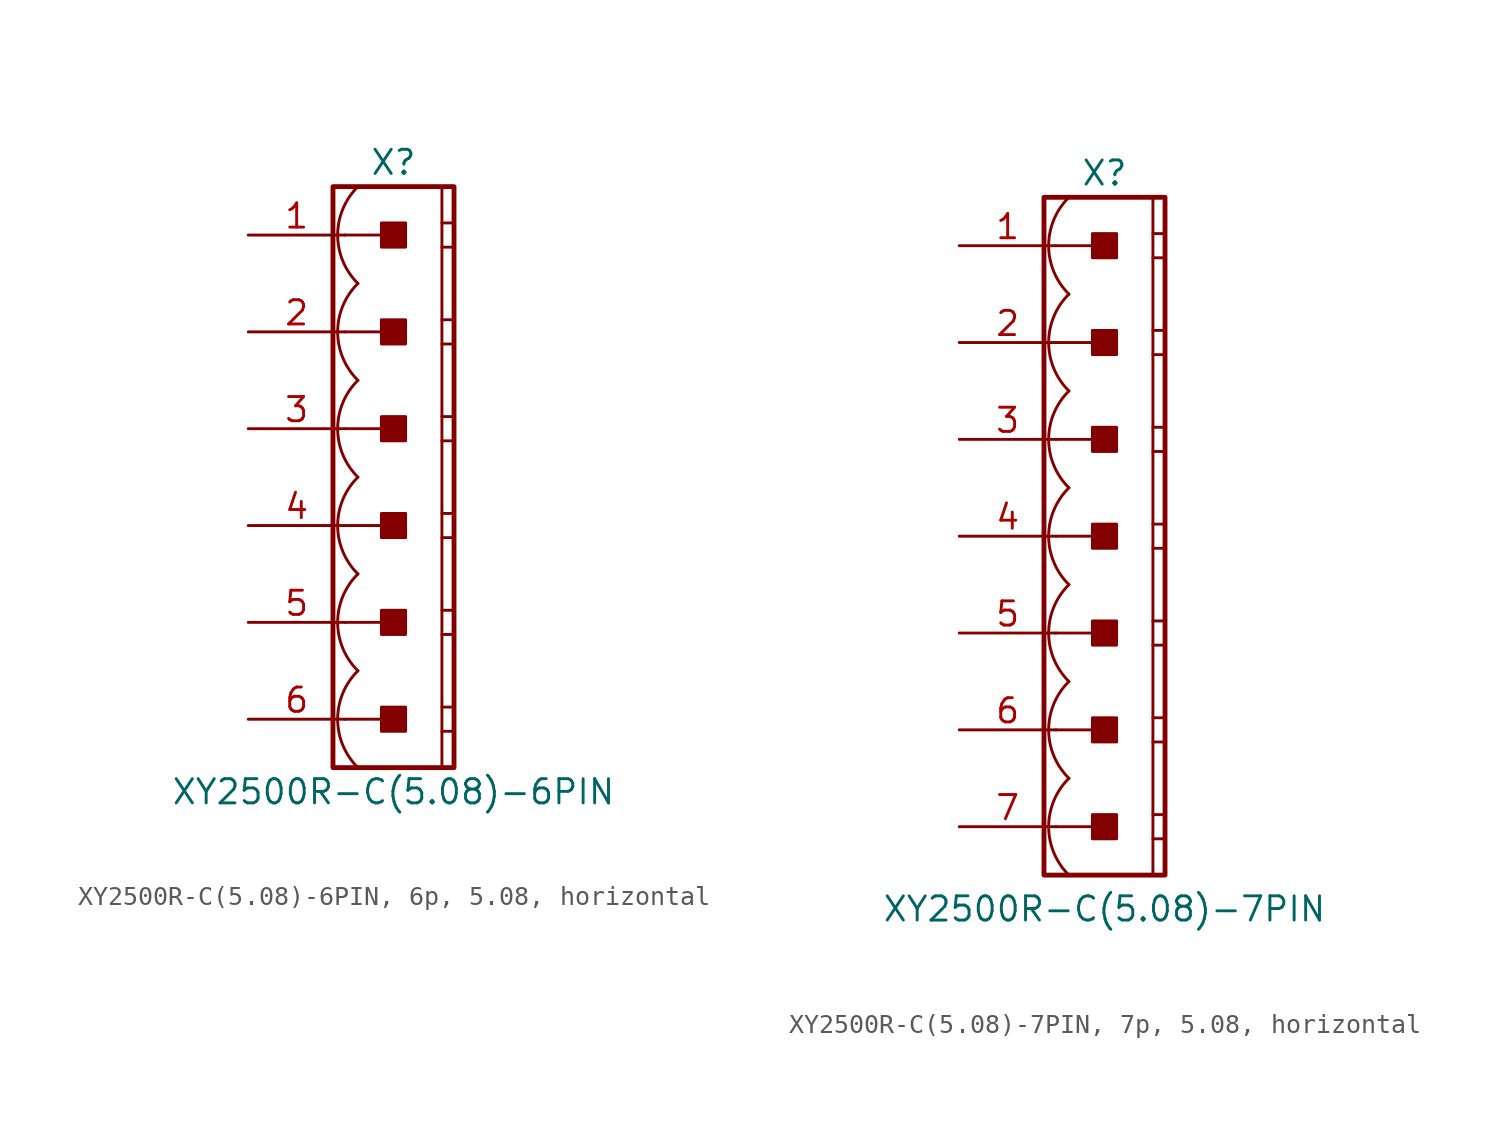
<source format=kicad_sym>
(kicad_symbol_lib
  (version 20241209)
  (generator "kicad_symbol_editor")
  (generator_version "9.0")
  (symbol "XY2500R-C(5.08)-6PIN, 6p, 5.08, horizontal"
    (pin_names
      (offset 1.016)
      (hide yes))
    (property "Reference" "X"
      (at 0 16.51 0)
      (effects (font (size 1.27 1.27))))
    (property "Value" "XY2500R-C(5.08)-6PIN"
      (at 0 -16.51 0)
      (effects (font (size 1.27 1.27))))
    (symbol "XY2500R-C(5.08)-6PIN, 6p, 5.08, horizontal_0_1"
      (polyline (pts (xy 2.54 15.24) (xy 2.54 -15.24)) (stroke (width 0.152) (type default)) (fill (type none)))
      (polyline (pts (xy 2.54 13.335) (xy 3.175 13.335)) (stroke (width 0.152) (type default)) (fill (type none)))
      (polyline (pts (xy 2.54 12.065) (xy 3.175 12.065)) (stroke (width 0.152) (type default)) (fill (type none)))
      (polyline (pts (xy 2.54 8.255) (xy 3.175 8.255)) (stroke (width 0.152) (type default)) (fill (type none)))
      (polyline (pts (xy 2.54 6.985) (xy 3.175 6.985)) (stroke (width 0.152) (type default)) (fill (type none)))
      (polyline (pts (xy 2.54 3.175) (xy 3.175 3.175)) (stroke (width 0.152) (type default)) (fill (type none)))
      (polyline (pts (xy 2.54 1.905) (xy 3.175 1.905)) (stroke (width 0.152) (type default)) (fill (type none)))
      (polyline (pts (xy 2.54 -1.905) (xy 3.175 -1.905)) (stroke (width 0.152) (type default)) (fill (type none)))
      (polyline (pts (xy 2.54 -3.175) (xy 3.175 -3.175)) (stroke (width 0.152) (type default)) (fill (type none)))
      (polyline (pts (xy 2.54 -6.985) (xy 3.175 -6.985)) (stroke (width 0.152) (type default)) (fill (type none)))
      (polyline (pts (xy 2.54 -8.255) (xy 3.175 -8.255)) (stroke (width 0.152) (type default)) (fill (type none)))
      (polyline (pts (xy 2.54 -12.065) (xy 3.175 -12.065)) (stroke (width 0.152) (type default)) (fill (type none)))
      (polyline (pts (xy 2.54 -13.335) (xy 3.175 -13.335)) (stroke (width 0.152) (type default)) (fill (type none))))
    (symbol "XY2500R-C(5.08)-6PIN, 6p, 5.08, horizontal_1_0"
      (polyline (pts (xy -2.54 12.7) (xy 0 12.7)) (stroke (width 0.152) (type default)) (fill (type none)))
      (polyline (pts (xy -2.54 7.62) (xy 0 7.62)) (stroke (width 0.152) (type default)) (fill (type none)))
      (polyline (pts (xy -2.54 2.54) (xy 0 2.54)) (stroke (width 0.152) (type default)) (fill (type none)))
      (polyline (pts (xy -2.54 -2.54) (xy 0 -2.54)) (stroke (width 0.152) (type default)) (fill (type none)))
      (polyline (pts (xy -2.54 -7.62) (xy 0 -7.62)) (stroke (width 0.152) (type default)) (fill (type none)))
      (polyline (pts (xy -2.54 -12.7) (xy 0 -12.7)) (stroke (width 0.152) (type default)) (fill (type none))))
    (symbol "XY2500R-C(5.08)-6PIN, 6p, 5.08, horizontal_1_1"
      (rectangle (start -3.175 15.24) (end 3.175 -15.24) (stroke (width 0.254) (type default)) (fill (type none)))
      (rectangle (start -0.635 12.065) (end 0.635 13.335) (stroke (width 0.152) (type default)) (fill (type outline)))
      (rectangle (start -0.635 6.985) (end 0.635 8.255) (stroke (width 0.152) (type default)) (fill (type outline)))
      (rectangle (start -0.635 1.905) (end 0.635 3.175) (stroke (width 0.152) (type default)) (fill (type outline)))
      (rectangle (start -0.635 -3.175) (end 0.635 -1.905) (stroke (width 0.152) (type default)) (fill (type outline)))
      (rectangle (start -0.635 -8.255) (end 0.635 -6.985) (stroke (width 0.152) (type default)) (fill (type outline)))
      (rectangle (start -0.635 -13.335) (end 0.635 -12.065) (stroke (width 0.152) (type default)) (fill (type outline)))
      (arc (start -1.8664 10.16) (mid -2.9299 12.7) (end -1.8664 15.24) (stroke (width 0.1524) (type default)) (fill (type none)))
      (arc (start -1.8664 5.08) (mid -2.9299 7.62) (end -1.8664 10.16) (stroke (width 0.1524) (type default)) (fill (type none)))
      (arc (start -1.8664 0) (mid -2.9299 2.54) (end -1.8664 5.08) (stroke (width 0.1524) (type default)) (fill (type none)))
      (arc (start -1.8664 -5.08) (mid -2.9299 -2.54) (end -1.8664 0) (stroke (width 0.1524) (type default)) (fill (type none)))
      (arc (start -1.8664 -10.16) (mid -2.9299 -7.62) (end -1.8664 -5.08) (stroke (width 0.1524) (type default)) (fill (type none)))
      (arc (start -1.8664 -15.24) (mid -2.9299 -12.7) (end -1.8664 -10.16) (stroke (width 0.1524) (type default)) (fill (type none)))
      (pin passive line (at -7.62 12.7 0) (length 5.08) (name "1" (effects (font (size 1.27 1.27)))) (number "1" (effects (font (size 1.27 1.27)))))
      (pin passive line (at -7.62 7.62 0) (length 5.08) (name "2" (effects (font (size 1.27 1.27)))) (number "2" (effects (font (size 1.27 1.27)))))
      (pin passive line (at -7.62 2.54 0) (length 5.08) (name "3" (effects (font (size 1.27 1.27)))) (number "3" (effects (font (size 1.27 1.27)))))
      (pin passive line (at -7.62 -2.54 0) (length 5.08) (name "4" (effects (font (size 1.27 1.27)))) (number "4" (effects (font (size 1.27 1.27)))))
      (pin passive line (at -7.62 -7.62 0) (length 5.08) (name "5" (effects (font (size 1.27 1.27)))) (number "5" (effects (font (size 1.27 1.27)))))
      (pin passive line (at -7.62 -12.7 0) (length 5.08) (name "6" (effects (font (size 1.27 1.27)))) (number "6" (effects (font (size 1.27 1.27)))))))
  (symbol "XY2500R-C(5.08)-7PIN, 7p, 5.08, horizontal"
    (pin_names
      (offset 1.016)
      (hide yes))
    (property "Reference" "X"
      (at 0 19.05 0)
      (effects (font (size 1.27 1.27))))
    (property "Value" "XY2500R-C(5.08)-7PIN"
      (at 0 -19.558 0)
      (effects (font (size 1.27 1.27))))
    (symbol "XY2500R-C(5.08)-7PIN, 7p, 5.08, horizontal_0_1"
      (polyline (pts (xy 2.54 17.78) (xy 2.54 -17.78)) (stroke (width 0.152) (type default)) (fill (type none)))
      (polyline (pts (xy 2.54 15.875) (xy 3.175 15.875)) (stroke (width 0.152) (type default)) (fill (type none)))
      (polyline (pts (xy 2.54 14.605) (xy 3.175 14.605)) (stroke (width 0.152) (type default)) (fill (type none)))
      (polyline (pts (xy 2.54 10.795) (xy 3.175 10.795)) (stroke (width 0.152) (type default)) (fill (type none)))
      (polyline (pts (xy 2.54 9.525) (xy 3.175 9.525)) (stroke (width 0.152) (type default)) (fill (type none)))
      (polyline (pts (xy 2.54 5.715) (xy 3.175 5.715)) (stroke (width 0.152) (type default)) (fill (type none)))
      (polyline (pts (xy 2.54 4.445) (xy 3.175 4.445)) (stroke (width 0.152) (type default)) (fill (type none)))
      (polyline (pts (xy 2.54 0.635) (xy 3.175 0.635)) (stroke (width 0.152) (type default)) (fill (type none)))
      (polyline (pts (xy 2.54 -0.635) (xy 3.175 -0.635)) (stroke (width 0.152) (type default)) (fill (type none)))
      (polyline (pts (xy 2.54 -4.445) (xy 3.175 -4.445)) (stroke (width 0.152) (type default)) (fill (type none)))
      (polyline (pts (xy 2.54 -5.715) (xy 3.175 -5.715)) (stroke (width 0.152) (type default)) (fill (type none)))
      (polyline (pts (xy 2.54 -9.525) (xy 3.175 -9.525)) (stroke (width 0.152) (type default)) (fill (type none)))
      (polyline (pts (xy 2.54 -10.795) (xy 3.175 -10.795)) (stroke (width 0.152) (type default)) (fill (type none)))
      (polyline (pts (xy 2.54 -14.605) (xy 3.175 -14.605)) (stroke (width 0.152) (type default)) (fill (type none)))
      (polyline (pts (xy 2.54 -15.875) (xy 3.175 -15.875)) (stroke (width 0.152) (type default)) (fill (type none))))
    (symbol "XY2500R-C(5.08)-7PIN, 7p, 5.08, horizontal_1_0"
      (polyline (pts (xy -2.54 15.24) (xy 0 15.24)) (stroke (width 0.152) (type default)) (fill (type none)))
      (polyline (pts (xy -2.54 10.16) (xy 0 10.16)) (stroke (width 0.152) (type default)) (fill (type none)))
      (polyline (pts (xy -2.54 5.08) (xy 0 5.08)) (stroke (width 0.152) (type default)) (fill (type none)))
      (polyline (pts (xy -2.54 0) (xy 0 0)) (stroke (width 0.152) (type default)) (fill (type none)))
      (polyline (pts (xy -2.54 -5.08) (xy 0 -5.08)) (stroke (width 0.152) (type default)) (fill (type none)))
      (polyline (pts (xy -2.54 -10.16) (xy 0 -10.16)) (stroke (width 0.152) (type default)) (fill (type none)))
      (polyline (pts (xy -2.54 -15.24) (xy 0 -15.24)) (stroke (width 0.152) (type default)) (fill (type none))))
    (symbol "XY2500R-C(5.08)-7PIN, 7p, 5.08, horizontal_1_1"
      (rectangle (start -3.175 17.78) (end 3.175 -17.78) (stroke (width 0.254) (type default)) (fill (type none)))
      (rectangle (start -0.635 14.605) (end 0.635 15.875) (stroke (width 0.152) (type default)) (fill (type outline)))
      (rectangle (start -0.635 9.525) (end 0.635 10.795) (stroke (width 0.152) (type default)) (fill (type outline)))
      (rectangle (start -0.635 4.445) (end 0.635 5.715) (stroke (width 0.152) (type default)) (fill (type outline)))
      (rectangle (start -0.635 -0.635) (end 0.635 0.635) (stroke (width 0.152) (type default)) (fill (type outline)))
      (rectangle (start -0.635 -5.715) (end 0.635 -4.445) (stroke (width 0.152) (type default)) (fill (type outline)))
      (rectangle (start -0.635 -10.795) (end 0.635 -9.525) (stroke (width 0.152) (type default)) (fill (type outline)))
      (rectangle (start -0.635 -15.875) (end 0.635 -14.605) (stroke (width 0.152) (type default)) (fill (type outline)))
      (arc (start -1.8664 12.7) (mid -2.9299 15.24) (end -1.8664 17.78) (stroke (width 0.1524) (type default)) (fill (type none)))
      (arc (start -1.8664 7.62) (mid -2.9299 10.16) (end -1.8664 12.7) (stroke (width 0.1524) (type default)) (fill (type none)))
      (arc (start -1.8664 2.54) (mid -2.9299 5.08) (end -1.8664 7.62) (stroke (width 0.1524) (type default)) (fill (type none)))
      (arc (start -1.8664 -2.54) (mid -2.9299 0) (end -1.8664 2.54) (stroke (width 0.1524) (type default)) (fill (type none)))
      (arc (start -1.8664 -7.62) (mid -2.9299 -5.08) (end -1.8664 -2.54) (stroke (width 0.1524) (type default)) (fill (type none)))
      (arc (start -1.8664 -12.7) (mid -2.9299 -10.16) (end -1.8664 -7.62) (stroke (width 0.1524) (type default)) (fill (type none)))
      (arc (start -1.8664 -17.78) (mid -2.9299 -15.24) (end -1.8664 -12.7) (stroke (width 0.1524) (type default)) (fill (type none)))
      (pin passive line (at -7.62 15.24 0) (length 5.08) (name "1" (effects (font (size 1.27 1.27)))) (number "1" (effects (font (size 1.27 1.27)))))
      (pin passive line (at -7.62 10.16 0) (length 5.08) (name "2" (effects (font (size 1.27 1.27)))) (number "2" (effects (font (size 1.27 1.27)))))
      (pin passive line (at -7.62 5.08 0) (length 5.08) (name "3" (effects (font (size 1.27 1.27)))) (number "3" (effects (font (size 1.27 1.27)))))
      (pin passive line (at -7.62 0 0) (length 5.08) (name "4" (effects (font (size 1.27 1.27)))) (number "4" (effects (font (size 1.27 1.27)))))
      (pin passive line (at -7.62 -5.08 0) (length 5.08) (name "5" (effects (font (size 1.27 1.27)))) (number "5" (effects (font (size 1.27 1.27)))))
      (pin passive line (at -7.62 -10.16 0) (length 5.08) (name "6" (effects (font (size 1.27 1.27)))) (number "6" (effects (font (size 1.27 1.27)))))
      (pin passive line (at -7.62 -15.24 0) (length 5.08) (name "7" (effects (font (size 1.27 1.27)))) (number "7" (effects (font (size 1.27 1.27))))))))
</source>
